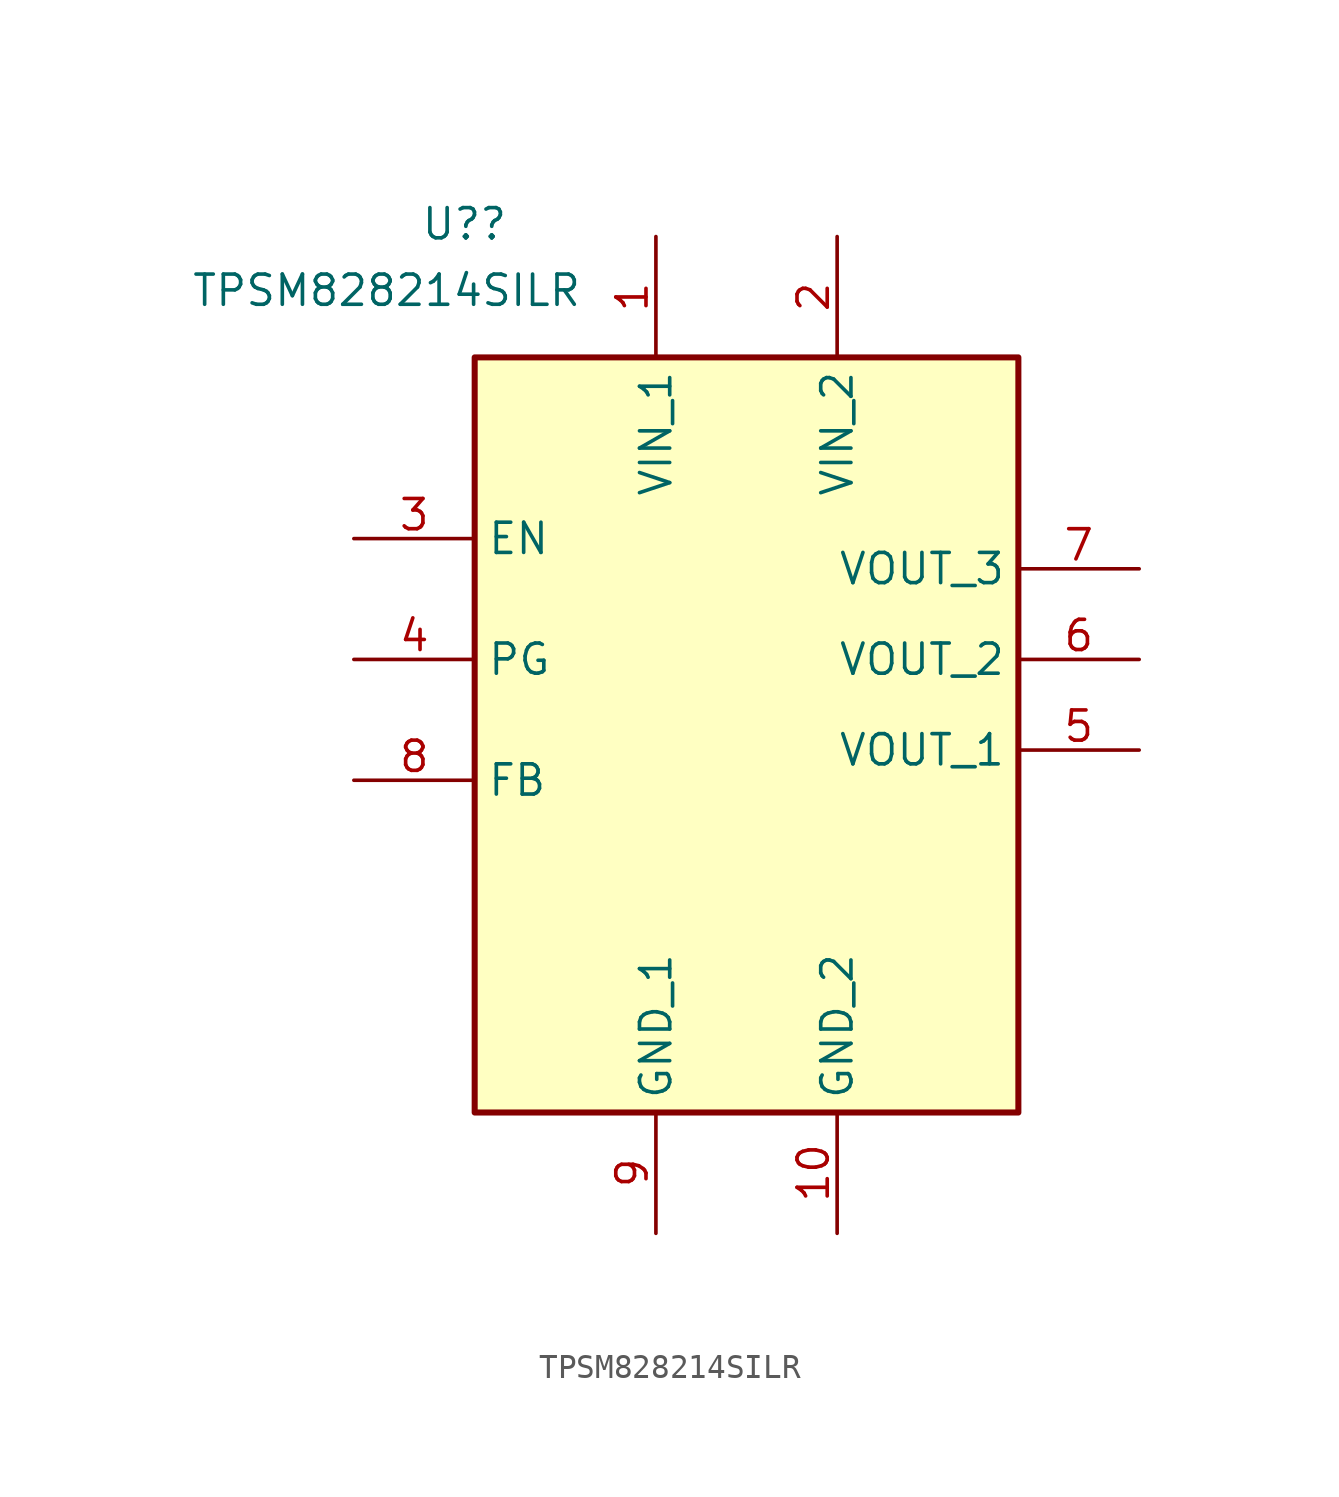
<source format=kicad_sym>
(kicad_symbol_lib
  (version 20231120)
  (generator "kicad_symbol_editor")
  (generator_version "8.0")
  (symbol "TPSM828214SILR"
    (property "Reference" "U?"
      (at -13.716 13.97 0)
      (effects (font (size 1.27 1.27)) (justify left top)))
    (property "Value" "TPSM828214SILR"
      (at -23.368 11.176 0)
      (effects (font (size 1.27 1.27)) (justify left top)))
    (symbol "TPSM828214SILR_1_1"
      (rectangle (start -11.43 7.62) (end 11.43 -24.13) (stroke (width 0.254) (type default)) (fill (type background)))
      (pin power_in line (at -3.81 12.7 270) (length 5.08) (name "VIN_1" (effects (font (size 1.27 1.27)))) (number "1" (effects (font (size 1.27 1.27)))))
      (pin passive line (at 3.81 -29.21 90) (length 5.08) (name "GND_2" (effects (font (size 1.27 1.27)))) (number "10" (effects (font (size 1.27 1.27)))))
      (pin power_in line (at 3.81 12.7 270) (length 5.08) (name "VIN_2" (effects (font (size 1.27 1.27)))) (number "2" (effects (font (size 1.27 1.27)))))
      (pin passive line (at -16.51 0 0) (length 5.08) (name "EN" (effects (font (size 1.27 1.27)))) (number "3" (effects (font (size 1.27 1.27)))))
      (pin passive line (at -16.51 -5.08 0) (length 5.08) (name "PG" (effects (font (size 1.27 1.27)))) (number "4" (effects (font (size 1.27 1.27)))))
      (pin power_out line (at 16.51 -8.89 180) (length 5.08) (name "VOUT_1" (effects (font (size 1.27 1.27)))) (number "5" (effects (font (size 1.27 1.27)))))
      (pin power_out line (at 16.51 -5.08 180) (length 5.08) (name "VOUT_2" (effects (font (size 1.27 1.27)))) (number "6" (effects (font (size 1.27 1.27)))))
      (pin power_out line (at 16.51 -1.27 180) (length 5.08) (name "VOUT_3" (effects (font (size 1.27 1.27)))) (number "7" (effects (font (size 1.27 1.27)))))
      (pin passive line (at -16.51 -10.16 0) (length 5.08) (name "FB" (effects (font (size 1.27 1.27)))) (number "8" (effects (font (size 1.27 1.27)))))
      (pin passive line (at -3.81 -29.21 90) (length 5.08) (name "GND_1" (effects (font (size 1.27 1.27)))) (number "9" (effects (font (size 1.27 1.27))))))))
</source>
